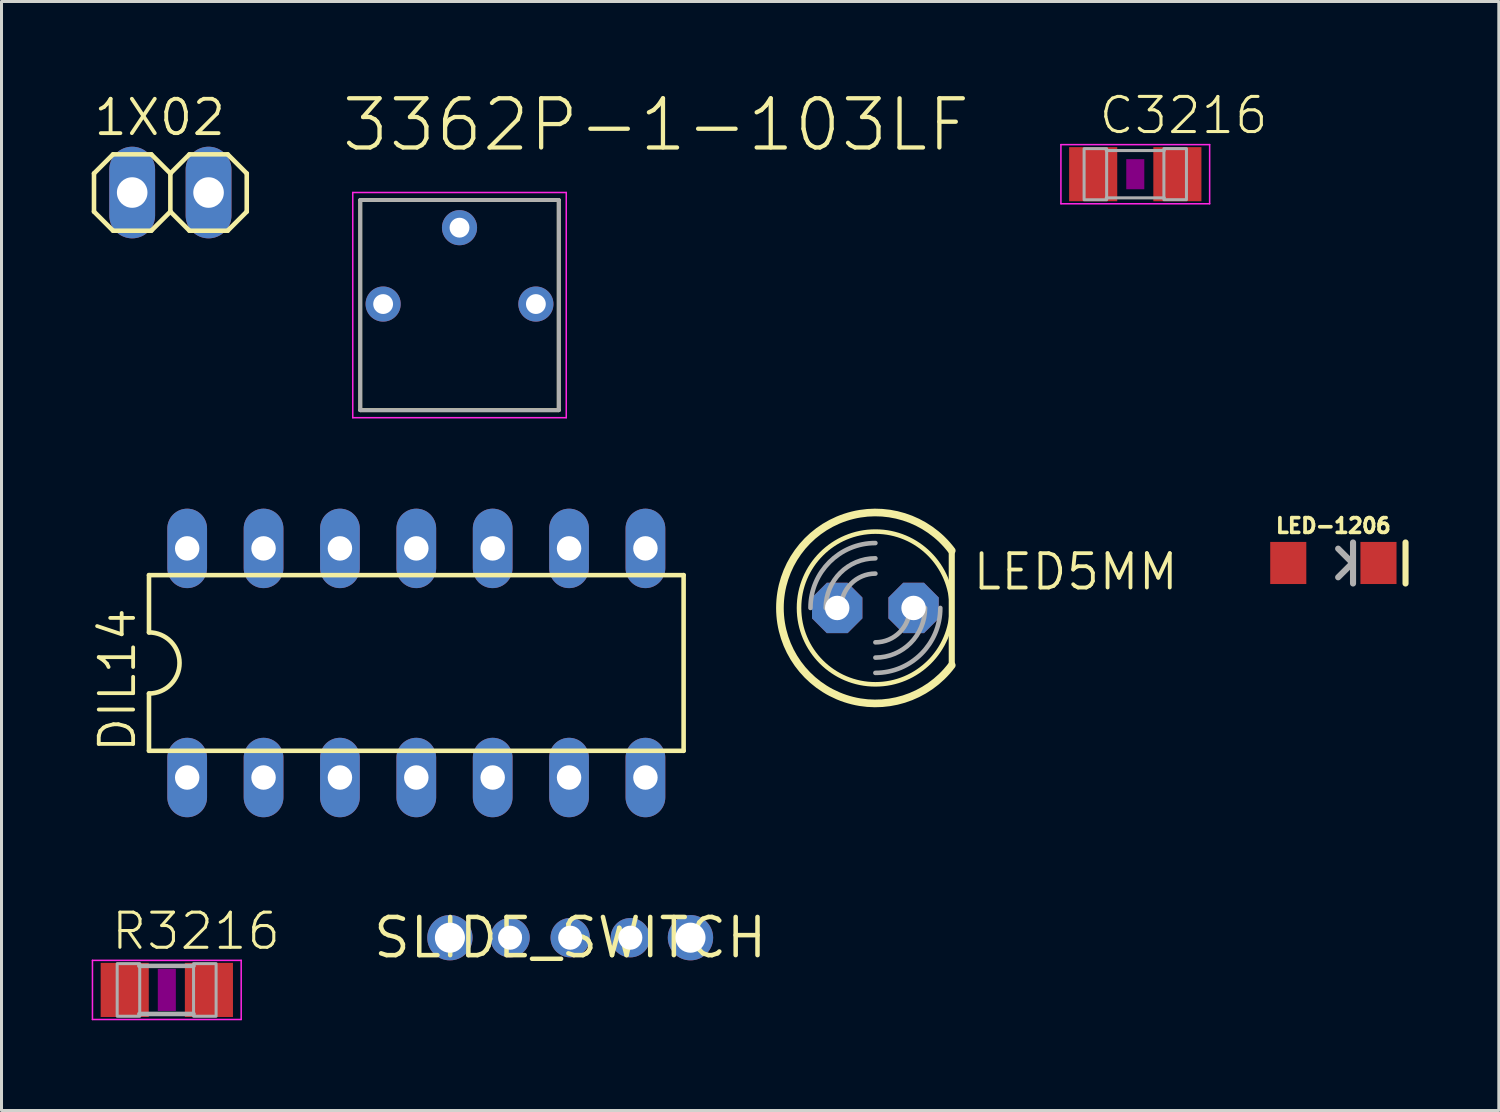
<source format=kicad_pcb>
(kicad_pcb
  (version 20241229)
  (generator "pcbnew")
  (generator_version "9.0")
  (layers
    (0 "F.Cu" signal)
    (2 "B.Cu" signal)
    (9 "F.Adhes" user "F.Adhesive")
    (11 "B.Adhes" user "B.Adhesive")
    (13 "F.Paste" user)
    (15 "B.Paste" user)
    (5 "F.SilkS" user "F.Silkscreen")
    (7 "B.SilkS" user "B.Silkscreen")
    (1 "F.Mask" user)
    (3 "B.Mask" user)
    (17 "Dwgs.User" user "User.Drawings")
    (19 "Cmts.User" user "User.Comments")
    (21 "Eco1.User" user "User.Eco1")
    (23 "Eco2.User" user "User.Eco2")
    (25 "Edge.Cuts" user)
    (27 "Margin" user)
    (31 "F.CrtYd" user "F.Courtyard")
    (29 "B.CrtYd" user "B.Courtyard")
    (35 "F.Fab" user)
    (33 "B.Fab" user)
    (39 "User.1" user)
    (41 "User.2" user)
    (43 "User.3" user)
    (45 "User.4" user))
  (footprint "R3216"
    (layer "F.Cu")
    (at 2.498 29.872)
    (property "Reference" "R3216" (at -1.905 -1.27 0) (layer "F.SilkS") (effects (font (size 1.168 1.168) (thickness 0.102)) (justify left bottom)))
    (fp_poly (pts (xy -0.3 0.7) (xy 0.3 0.7) (xy 0.3 -0.7) (xy -0.3 -0.7)) (stroke (width 0) (type solid)) (fill yes) (layer "F.Adhes"))
    (fp_line (start -2.473 -0.983) (end 2.473 -0.983) (stroke (width 0.051) (type solid)) (layer "F.CrtYd"))
    (fp_line (start -2.473 0.983) (end -2.473 -0.983) (stroke (width 0.051) (type solid)) (layer "F.CrtYd"))
    (fp_line (start 2.473 -0.983) (end 2.473 0.983) (stroke (width 0.051) (type solid)) (layer "F.CrtYd"))
    (fp_line (start 2.473 0.983) (end -2.473 0.983) (stroke (width 0.051) (type solid)) (layer "F.CrtYd"))
    (fp_line (start -0.913 -0.8) (end 0.888 -0.8) (stroke (width 0.152) (type solid)) (layer "F.Fab"))
    (fp_line (start -0.913 0.8) (end 0.888 0.8) (stroke (width 0.152) (type solid)) (layer "F.Fab"))
    (fp_poly (pts (xy -1.651 0.876) (xy -0.901 0.876) (xy -0.901 -0.874) (xy -1.651 -0.874)) (stroke (width 0.1) (type solid)) (fill no) (layer "F.Fab"))
    (fp_poly (pts (xy 0.889 0.876) (xy 1.639 0.876) (xy 1.639 -0.874) (xy 0.889 -0.874)) (stroke (width 0.1) (type solid)) (fill no) (layer "F.Fab"))
    (pad "1" smd rect (at -1.4 0) (size 1.6 1.8) (layers "F.Cu" "F.Mask" "F.Paste"))
    (pad "2" smd rect (at 1.4 0) (size 1.6 1.8) (layers "F.Cu" "F.Mask" "F.Paste")))
  (footprint "SLIDE_SWITCH"
    (layer "F.Cu")
    (at 15.913 28.135)
    (property "Reference" "SLIDE_SWITCH" (at 0 0 0) (layer "F.SilkS") (effects (font (size 1.27 1.27) (thickness 0.15))))
    (pad "COM" thru_hole circle (at 0 0) (size 1.308 1.308) (drill 0.8) (layers "*.Cu" "*.Mask"))
    (pad "N.C.0" thru_hole circle (at -4 0) (size 1.508 1.508) (drill 1) (layers "*.Cu" "*.Mask"))
    (pad "N.C.1" thru_hole circle (at 4 0) (size 1.508 1.508) (drill 1) (layers "*.Cu" "*.Mask"))
    (pad "NC" thru_hole circle (at -2 0) (size 1.308 1.308) (drill 0.8) (layers "*.Cu" "*.Mask"))
    (pad "NO" thru_hole circle (at 2 0) (size 1.308 1.308) (drill 0.8) (layers "*.Cu" "*.Mask")))
  (footprint "1X02"
    (layer "F.Cu")
    (at 2.616 3.353)
    (property "Reference" "1X02" (at -2.616 -1.829 0) (layer "F.SilkS") (effects (font (size 1.143 1.143) (thickness 0.127)) (justify left bottom)))
    (fp_line (start -2.54 -0.635) (end -2.54 0.635) (stroke (width 0.152) (type solid)) (layer "F.SilkS"))
    (fp_line (start -2.54 0.635) (end -1.905 1.27) (stroke (width 0.152) (type solid)) (layer "F.SilkS"))
    (fp_line (start -1.905 -1.27) (end -2.54 -0.635) (stroke (width 0.152) (type solid)) (layer "F.SilkS"))
    (fp_line (start -1.905 -1.27) (end -0.635 -1.27) (stroke (width 0.152) (type solid)) (layer "F.SilkS"))
    (fp_line (start -0.635 -1.27) (end 0 -0.635) (stroke (width 0.152) (type solid)) (layer "F.SilkS"))
    (fp_line (start -0.635 1.27) (end -1.905 1.27) (stroke (width 0.152) (type solid)) (layer "F.SilkS"))
    (fp_line (start 0 -0.635) (end 0 0.635) (stroke (width 0.152) (type solid)) (layer "F.SilkS"))
    (fp_line (start 0 -0.635) (end 0.635 -1.27) (stroke (width 0.152) (type solid)) (layer "F.SilkS"))
    (fp_line (start 0 0.635) (end -0.635 1.27) (stroke (width 0.152) (type solid)) (layer "F.SilkS"))
    (fp_line (start 0.635 -1.27) (end 1.905 -1.27) (stroke (width 0.152) (type solid)) (layer "F.SilkS"))
    (fp_line (start 0.635 1.27) (end 0 0.635) (stroke (width 0.152) (type solid)) (layer "F.SilkS"))
    (fp_line (start 1.905 -1.27) (end 2.54 -0.635) (stroke (width 0.152) (type solid)) (layer "F.SilkS"))
    (fp_line (start 1.905 1.27) (end 0.635 1.27) (stroke (width 0.152) (type solid)) (layer "F.SilkS"))
    (fp_line (start 2.54 -0.635) (end 2.54 0.635) (stroke (width 0.152) (type solid)) (layer "F.SilkS"))
    (fp_line (start 2.54 0.635) (end 1.905 1.27) (stroke (width 0.152) (type solid)) (layer "F.SilkS"))
    (fp_poly (pts (xy -1.524 0.254) (xy -1.016 0.254) (xy -1.016 -0.254) (xy -1.524 -0.254)) (stroke (width 0.1) (type solid)) (fill no) (layer "F.Fab"))
    (fp_poly (pts (xy 1.016 0.254) (xy 1.524 0.254) (xy 1.524 -0.254) (xy 1.016 -0.254)) (stroke (width 0.1) (type solid)) (fill no) (layer "F.Fab"))
    (pad "1" thru_hole oval (at -1.27 0 90) (size 3.048 1.524) (drill 1.016) (layers "*.Cu" "*.Mask"))
    (pad "2" thru_hole oval (at 1.27 0 90) (size 3.048 1.524) (drill 1.016) (layers "*.Cu" "*.Mask")))
  (footprint "LED-1206"
    (layer "F.Cu")
    (at 41.294 15.673)
    (property "Reference" "LED-1206" (at 0 -0.953 0) (layer "F.SilkS") (effects (font (size 0.488 0.488) (thickness 0.122)) (justify bottom)))
    (fp_line (start 2.4 -0.682) (end 2.4 0.682) (stroke (width 0.203) (type solid)) (layer "F.SilkS"))
    (fp_line (start 0.635 0) (end 0.159 -0.476) (stroke (width 0.203) (type solid)) (layer "F.Fab"))
    (fp_line (start 0.635 0) (end 0.159 0.476) (stroke (width 0.203) (type solid)) (layer "F.Fab"))
    (fp_line (start 0.654 -0.682) (end 0.654 0.682) (stroke (width 0.203) (type solid)) (layer "F.Fab"))
    (pad "A" smd rect (at -1.5 0) (size 1.2 1.4) (layers "F.Cu" "F.Mask" "F.Paste"))
    (pad "C" smd rect (at 1.5 0) (size 1.2 1.4) (layers "F.Cu" "F.Mask" "F.Paste")))
  (footprint "3362P-1-103LF"
    (layer "F.Cu")
    (at 12.232 7.062)
    (property "Reference" "3362P-1-103LF" (at -4 -5 0) (layer "F.SilkS") (effects (font (size 1.636 1.636) (thickness 0.142)) (justify left bottom)))
    (fp_line (start -3.3 -3.46) (end -3.3 3.53) (stroke (width 0.127) (type solid)) (layer "F.SilkS"))
    (fp_line (start -3.3 3.53) (end 3.3 3.53) (stroke (width 0.127) (type solid)) (layer "F.SilkS"))
    (fp_line (start 3.3 -3.46) (end -3.3 -3.46) (stroke (width 0.127) (type solid)) (layer "F.SilkS"))
    (fp_line (start 3.3 3.53) (end 3.3 -3.46) (stroke (width 0.127) (type solid)) (layer "F.SilkS"))
    (fp_line (start -3.55 -3.71) (end -3.55 3.78) (stroke (width 0.05) (type solid)) (layer "F.CrtYd"))
    (fp_line (start -3.55 3.78) (end 3.55 3.78) (stroke (width 0.05) (type solid)) (layer "F.CrtYd"))
    (fp_line (start 3.55 -3.71) (end -3.55 -3.71) (stroke (width 0.05) (type solid)) (layer "F.CrtYd"))
    (fp_line (start 3.55 3.78) (end 3.55 -3.71) (stroke (width 0.05) (type solid)) (layer "F.CrtYd"))
    (fp_line (start -3.3 -3.46) (end -3.3 3.53) (stroke (width 0.127) (type solid)) (layer "F.Fab"))
    (fp_line (start -3.3 3.53) (end 3.3 3.53) (stroke (width 0.127) (type solid)) (layer "F.Fab"))
    (fp_line (start 3.3 -3.46) (end -3.3 -3.46) (stroke (width 0.127) (type solid)) (layer "F.Fab"))
    (fp_line (start 3.3 3.53) (end 3.3 -3.46) (stroke (width 0.127) (type solid)) (layer "F.Fab"))
    (pad "1" thru_hole circle (at -2.54 0) (size 1.168 1.168) (drill 0.66) (layers "*.Cu" "*.Mask"))
    (pad "2" thru_hole circle (at 0 -2.54) (size 1.168 1.168) (drill 0.66) (layers "*.Cu" "*.Mask"))
    (pad "3" thru_hole circle (at 2.54 0) (size 1.168 1.168) (drill 0.66) (layers "*.Cu" "*.Mask")))
  (footprint "C3216"
    (layer "F.Cu")
    (at 34.706 2.743)
    (property "Reference" "C3216" (at -1.27 -1.27 0) (layer "F.SilkS") (effects (font (size 1.168 1.168) (thickness 0.102)) (justify left bottom)))
    (fp_poly (pts (xy -0.3 0.5) (xy 0.3 0.5) (xy 0.3 -0.5) (xy -0.3 -0.5)) (stroke (width 0) (type solid)) (fill yes) (layer "F.Adhes"))
    (fp_line (start -2.473 -0.983) (end 2.473 -0.983) (stroke (width 0.051) (type solid)) (layer "F.CrtYd"))
    (fp_line (start -2.473 0.983) (end -2.473 -0.983) (stroke (width 0.051) (type solid)) (layer "F.CrtYd"))
    (fp_line (start 2.473 -0.983) (end 2.473 0.983) (stroke (width 0.051) (type solid)) (layer "F.CrtYd"))
    (fp_line (start 2.473 0.983) (end -2.473 0.983) (stroke (width 0.051) (type solid)) (layer "F.CrtYd"))
    (fp_line (start -0.965 -0.787) (end 0.965 -0.787) (stroke (width 0.102) (type solid)) (layer "F.Fab"))
    (fp_line (start -0.965 0.787) (end 0.965 0.787) (stroke (width 0.102) (type solid)) (layer "F.Fab"))
    (fp_poly (pts (xy -1.702 0.851) (xy -0.952 0.851) (xy -0.952 -0.849) (xy -1.702 -0.849)) (stroke (width 0.1) (type solid)) (fill no) (layer "F.Fab"))
    (fp_poly (pts (xy 0.952 0.849) (xy 1.702 0.849) (xy 1.702 -0.851) (xy 0.952 -0.851)) (stroke (width 0.1) (type solid)) (fill no) (layer "F.Fab"))
    (pad "1" smd rect (at -1.4 0) (size 1.6 1.8) (layers "F.Cu" "F.Mask" "F.Paste"))
    (pad "2" smd rect (at 1.4 0) (size 1.6 1.8) (layers "F.Cu" "F.Mask" "F.Paste")))
  (footprint "LED5MM"
    (layer "F.Cu")
    (at 26.063 17.169)
    (property "Reference" "LED5MM" (at 3.175 -0.533 0) (layer "F.SilkS") (effects (font (size 1.143 1.143) (thickness 0.127)) (justify left bottom)))
    (fp_line (start 2.54 1.905) (end 2.54 -1.905) (stroke (width 0.203) (type solid)) (layer "F.SilkS"))
    (fp_arc (start 2.54 1.905) (mid -3.175 0) (end 2.54 -1.905) (stroke (width 0.254) (type solid)) (layer "F.SilkS"))
    (fp_circle (center 0 0) (end 2.54 0) (stroke (width 0.152) (type solid)) (fill no) (layer "F.SilkS"))
    (fp_arc (start -2.159 0) (mid -1.526644 -1.526644) (end 0 -2.159) (stroke (width 0.1524) (type solid)) (layer "F.Fab"))
    (fp_arc (start -1.651 0) (mid -1.167433 -1.167433) (end 0 -1.651) (stroke (width 0.1524) (type solid)) (layer "F.Fab"))
    (fp_arc (start -1.143 0) (mid -0.808223 -0.808223) (end 0 -1.143) (stroke (width 0.1524) (type solid)) (layer "F.Fab"))
    (fp_arc (start 1.143 0) (mid 0.808223 0.808223) (end 0 1.143) (stroke (width 0.1524) (type solid)) (layer "F.Fab"))
    (fp_arc (start 1.651 0) (mid 1.167433 1.167433) (end 0 1.651) (stroke (width 0.1524) (type solid)) (layer "F.Fab"))
    (fp_arc (start 2.159 0) (mid 1.526644 1.526644) (end 0 2.159) (stroke (width 0.1524) (type solid)) (layer "F.Fab"))
    (pad "A" thru_hole roundrect (at -1.27 0) (size 1.676 1.676) (drill 0.813) (layers "*.Cu" "*.Mask") (roundrect_rratio 0.25) (chamfer_ratio 0.293) (chamfer top_left top_right bottom_left bottom_right))
    (pad "K" thru_hole roundrect (at 1.27 0) (size 1.676 1.676) (drill 0.813) (layers "*.Cu" "*.Mask") (roundrect_rratio 0.25) (chamfer_ratio 0.293) (chamfer top_left top_right bottom_left bottom_right)))
  (footprint "DIL14"
    (layer "F.Cu")
    (at 10.795 18.998)
    (property "Reference" "DIL14" (at -9.271 3.048 90) (layer "F.SilkS") (effects (font (size 1.143 1.143) (thickness 0.127)) (justify left bottom)))
    (fp_line (start -8.89 -2.921) (end -8.89 -1.016) (stroke (width 0.152) (type solid)) (layer "F.SilkS"))
    (fp_line (start -8.89 2.921) (end -8.89 1.016) (stroke (width 0.152) (type solid)) (layer "F.SilkS"))
    (fp_line (start -8.89 2.921) (end 8.89 2.921) (stroke (width 0.152) (type solid)) (layer "F.SilkS"))
    (fp_line (start 8.89 -2.921) (end -8.89 -2.921) (stroke (width 0.152) (type solid)) (layer "F.SilkS"))
    (fp_line (start 8.89 -2.921) (end 8.89 2.921) (stroke (width 0.152) (type solid)) (layer "F.SilkS"))
    (fp_arc (start -8.89 -1.016) (mid -7.874 0) (end -8.89 1.016) (stroke (width 0.1524) (type solid)) (layer "F.SilkS"))
    (pad "1" thru_hole oval (at -7.62 3.81 90) (size 2.642 1.321) (drill 0.813) (layers "*.Cu" "*.Mask"))
    (pad "2" thru_hole oval (at -5.08 3.81 90) (size 2.642 1.321) (drill 0.813) (layers "*.Cu" "*.Mask"))
    (pad "3" thru_hole oval (at -2.54 3.81 90) (size 2.642 1.321) (drill 0.813) (layers "*.Cu" "*.Mask"))
    (pad "4" thru_hole oval (at 0 3.81 90) (size 2.642 1.321) (drill 0.813) (layers "*.Cu" "*.Mask"))
    (pad "5" thru_hole oval (at 2.54 3.81 90) (size 2.642 1.321) (drill 0.813) (layers "*.Cu" "*.Mask"))
    (pad "6" thru_hole oval (at 5.08 3.81 90) (size 2.642 1.321) (drill 0.813) (layers "*.Cu" "*.Mask"))
    (pad "7" thru_hole oval (at 7.62 3.81 90) (size 2.642 1.321) (drill 0.813) (layers "*.Cu" "*.Mask"))
    (pad "8" thru_hole oval (at 7.62 -3.81 90) (size 2.642 1.321) (drill 0.813) (layers "*.Cu" "*.Mask"))
    (pad "9" thru_hole oval (at 5.08 -3.81 90) (size 2.642 1.321) (drill 0.813) (layers "*.Cu" "*.Mask"))
    (pad "10" thru_hole oval (at 2.54 -3.81 90) (size 2.642 1.321) (drill 0.813) (layers "*.Cu" "*.Mask"))
    (pad "11" thru_hole oval (at 0 -3.81 90) (size 2.642 1.321) (drill 0.813) (layers "*.Cu" "*.Mask"))
    (pad "12" thru_hole oval (at -2.54 -3.81 90) (size 2.642 1.321) (drill 0.813) (layers "*.Cu" "*.Mask"))
    (pad "13" thru_hole oval (at -5.08 -3.81 90) (size 2.642 1.321) (drill 0.813) (layers "*.Cu" "*.Mask"))
    (pad "14" thru_hole oval (at -7.62 -3.81 90) (size 2.642 1.321) (drill 0.813) (layers "*.Cu" "*.Mask")))
  (gr_rect
    (start -3 -3)
    (end 46.796 33.881)
    (stroke (width 0.1) (type default))
    (fill no)
    (layer "Edge.Cuts")))
</source>
